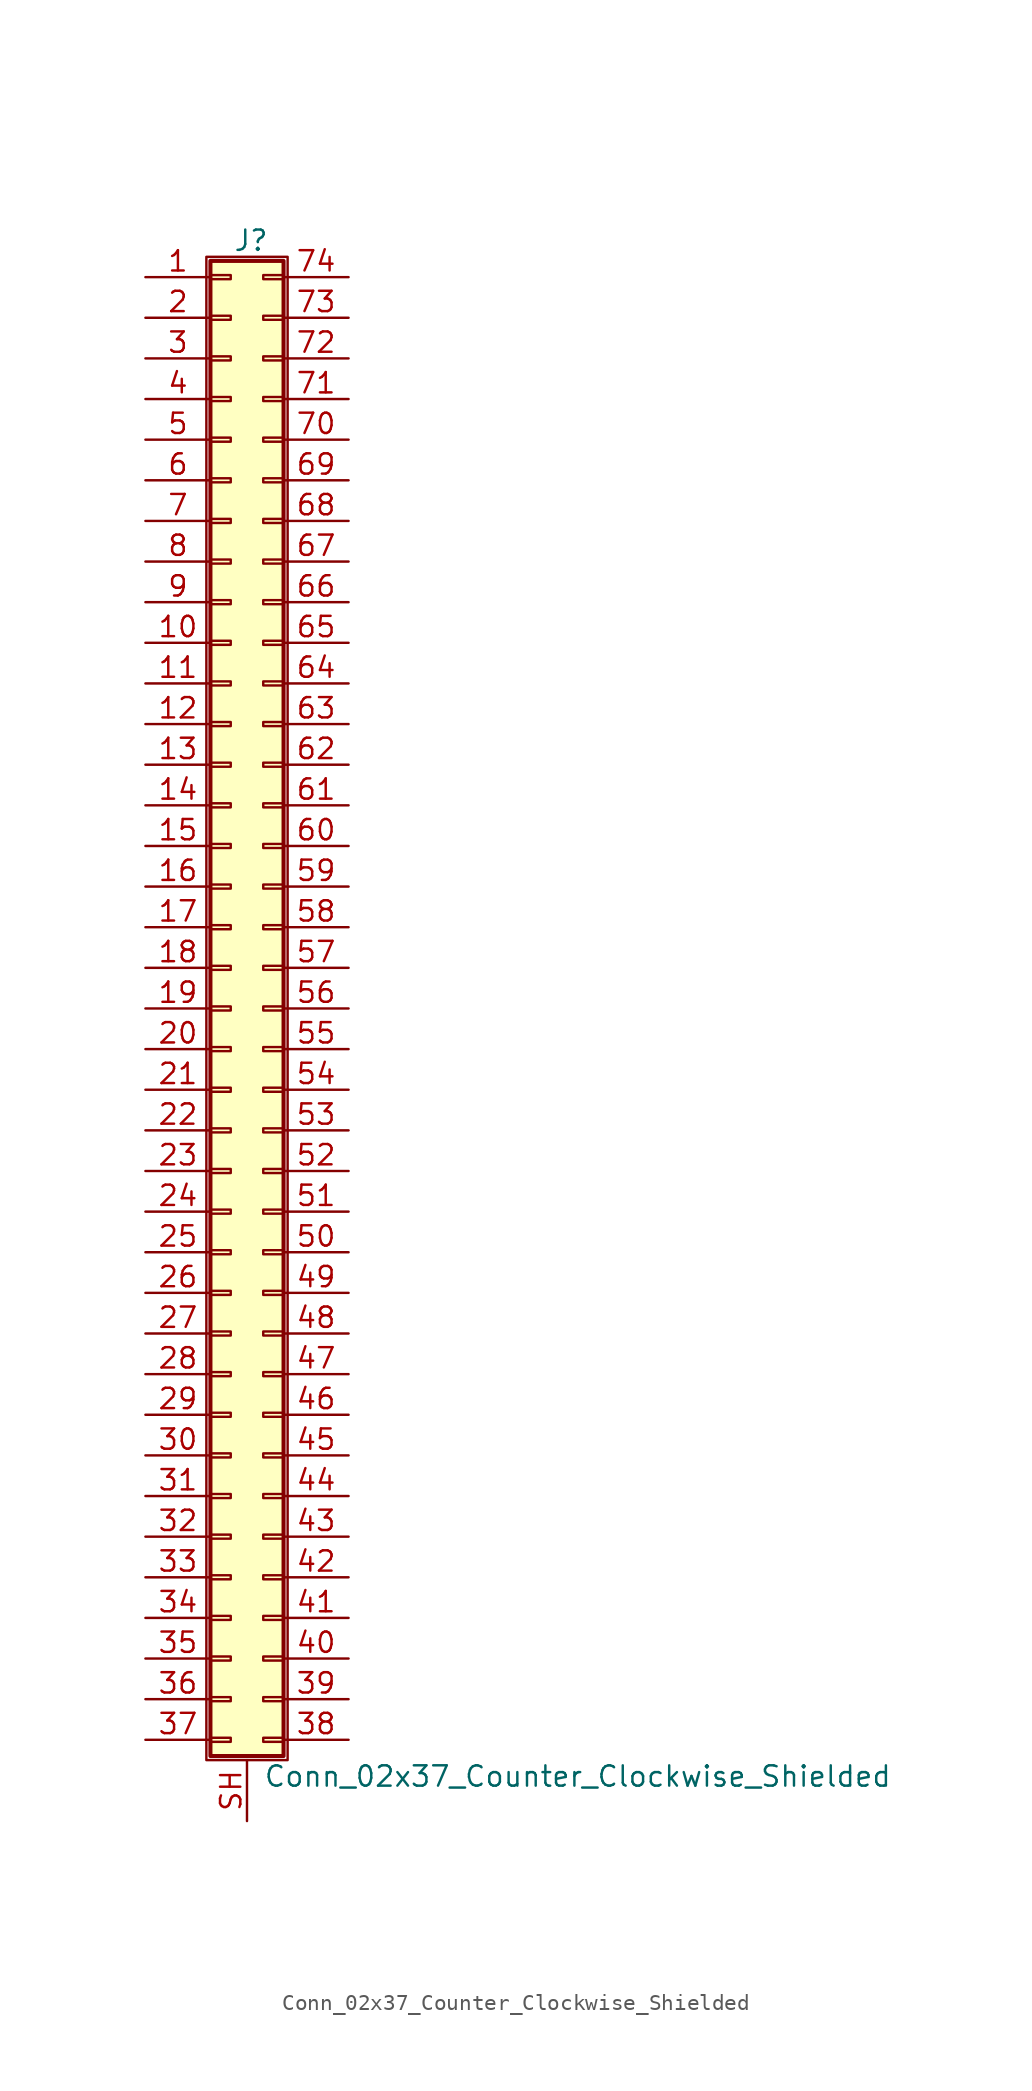
<source format=kicad_sym>
(kicad_symbol_lib
  (version 20211014)
  (generator kicad_symbol_editor)
  (symbol "Conn_02x37_Counter_Clockwise_Shielded"
    (pin_names
      (offset 1.016) hide)
    (property "Reference" "J"
      (at 1.524 48.006 0)
      (effects (font (size 1.27 1.27))))
    (property "Value" "Conn_02x37_Counter_Clockwise_Shielded"
      (at 2.286 -48.006 0)
      (effects (font (size 1.27 1.27)) (justify left)))
    (symbol "Conn_02x37_Counter_Clockwise_Shielded_1_1"
      (rectangle (start -1.27 46.99) (end 3.81 -46.99) (stroke (width 0.152) (type default) (color 0 0 0 0)) (fill (type none)))
      (rectangle (start -1.016 -45.593) (end 0.254 -45.847) (stroke (width 0.152) (type default) (color 0 0 0 0)) (fill (type none)))
      (rectangle (start -1.016 -43.053) (end 0.254 -43.307) (stroke (width 0.152) (type default) (color 0 0 0 0)) (fill (type none)))
      (rectangle (start -1.016 -40.513) (end 0.254 -40.767) (stroke (width 0.152) (type default) (color 0 0 0 0)) (fill (type none)))
      (rectangle (start -1.016 -37.973) (end 0.254 -38.227) (stroke (width 0.152) (type default) (color 0 0 0 0)) (fill (type none)))
      (rectangle (start -1.016 -35.433) (end 0.254 -35.687) (stroke (width 0.152) (type default) (color 0 0 0 0)) (fill (type none)))
      (rectangle (start -1.016 -32.893) (end 0.254 -33.147) (stroke (width 0.152) (type default) (color 0 0 0 0)) (fill (type none)))
      (rectangle (start -1.016 -30.353) (end 0.254 -30.607) (stroke (width 0.152) (type default) (color 0 0 0 0)) (fill (type none)))
      (rectangle (start -1.016 -27.813) (end 0.254 -28.067) (stroke (width 0.152) (type default) (color 0 0 0 0)) (fill (type none)))
      (rectangle (start -1.016 -25.273) (end 0.254 -25.527) (stroke (width 0.152) (type default) (color 0 0 0 0)) (fill (type none)))
      (rectangle (start -1.016 -22.733) (end 0.254 -22.987) (stroke (width 0.152) (type default) (color 0 0 0 0)) (fill (type none)))
      (rectangle (start -1.016 -20.193) (end 0.254 -20.447) (stroke (width 0.152) (type default) (color 0 0 0 0)) (fill (type none)))
      (rectangle (start -1.016 -17.653) (end 0.254 -17.907) (stroke (width 0.152) (type default) (color 0 0 0 0)) (fill (type none)))
      (rectangle (start -1.016 -15.113) (end 0.254 -15.367) (stroke (width 0.152) (type default) (color 0 0 0 0)) (fill (type none)))
      (rectangle (start -1.016 -12.573) (end 0.254 -12.827) (stroke (width 0.152) (type default) (color 0 0 0 0)) (fill (type none)))
      (rectangle (start -1.016 -10.033) (end 0.254 -10.287) (stroke (width 0.152) (type default) (color 0 0 0 0)) (fill (type none)))
      (rectangle (start -1.016 -7.493) (end 0.254 -7.747) (stroke (width 0.152) (type default) (color 0 0 0 0)) (fill (type none)))
      (rectangle (start -1.016 -4.953) (end 0.254 -5.207) (stroke (width 0.152) (type default) (color 0 0 0 0)) (fill (type none)))
      (rectangle (start -1.016 -2.413) (end 0.254 -2.667) (stroke (width 0.152) (type default) (color 0 0 0 0)) (fill (type none)))
      (rectangle (start -1.016 0.127) (end 0.254 -0.127) (stroke (width 0.152) (type default) (color 0 0 0 0)) (fill (type none)))
      (rectangle (start -1.016 2.667) (end 0.254 2.413) (stroke (width 0.152) (type default) (color 0 0 0 0)) (fill (type none)))
      (rectangle (start -1.016 5.207) (end 0.254 4.953) (stroke (width 0.152) (type default) (color 0 0 0 0)) (fill (type none)))
      (rectangle (start -1.016 7.747) (end 0.254 7.493) (stroke (width 0.152) (type default) (color 0 0 0 0)) (fill (type none)))
      (rectangle (start -1.016 10.287) (end 0.254 10.033) (stroke (width 0.152) (type default) (color 0 0 0 0)) (fill (type none)))
      (rectangle (start -1.016 12.827) (end 0.254 12.573) (stroke (width 0.152) (type default) (color 0 0 0 0)) (fill (type none)))
      (rectangle (start -1.016 15.367) (end 0.254 15.113) (stroke (width 0.152) (type default) (color 0 0 0 0)) (fill (type none)))
      (rectangle (start -1.016 17.907) (end 0.254 17.653) (stroke (width 0.152) (type default) (color 0 0 0 0)) (fill (type none)))
      (rectangle (start -1.016 20.447) (end 0.254 20.193) (stroke (width 0.152) (type default) (color 0 0 0 0)) (fill (type none)))
      (rectangle (start -1.016 22.987) (end 0.254 22.733) (stroke (width 0.152) (type default) (color 0 0 0 0)) (fill (type none)))
      (rectangle (start -1.016 25.527) (end 0.254 25.273) (stroke (width 0.152) (type default) (color 0 0 0 0)) (fill (type none)))
      (rectangle (start -1.016 28.067) (end 0.254 27.813) (stroke (width 0.152) (type default) (color 0 0 0 0)) (fill (type none)))
      (rectangle (start -1.016 30.607) (end 0.254 30.353) (stroke (width 0.152) (type default) (color 0 0 0 0)) (fill (type none)))
      (rectangle (start -1.016 33.147) (end 0.254 32.893) (stroke (width 0.152) (type default) (color 0 0 0 0)) (fill (type none)))
      (rectangle (start -1.016 35.687) (end 0.254 35.433) (stroke (width 0.152) (type default) (color 0 0 0 0)) (fill (type none)))
      (rectangle (start -1.016 38.227) (end 0.254 37.973) (stroke (width 0.152) (type default) (color 0 0 0 0)) (fill (type none)))
      (rectangle (start -1.016 40.767) (end 0.254 40.513) (stroke (width 0.152) (type default) (color 0 0 0 0)) (fill (type none)))
      (rectangle (start -1.016 43.307) (end 0.254 43.053) (stroke (width 0.152) (type default) (color 0 0 0 0)) (fill (type none)))
      (rectangle (start -1.016 45.847) (end 0.254 45.593) (stroke (width 0.152) (type default) (color 0 0 0 0)) (fill (type none)))
      (rectangle (start -1.016 46.736) (end 3.556 -46.736) (stroke (width 0.254) (type default) (color 0 0 0 0)) (fill (type background)))
      (rectangle (start 3.556 -45.593) (end 2.286 -45.847) (stroke (width 0.152) (type default) (color 0 0 0 0)) (fill (type none)))
      (rectangle (start 3.556 -43.053) (end 2.286 -43.307) (stroke (width 0.152) (type default) (color 0 0 0 0)) (fill (type none)))
      (rectangle (start 3.556 -40.513) (end 2.286 -40.767) (stroke (width 0.152) (type default) (color 0 0 0 0)) (fill (type none)))
      (rectangle (start 3.556 -37.973) (end 2.286 -38.227) (stroke (width 0.152) (type default) (color 0 0 0 0)) (fill (type none)))
      (rectangle (start 3.556 -35.433) (end 2.286 -35.687) (stroke (width 0.152) (type default) (color 0 0 0 0)) (fill (type none)))
      (rectangle (start 3.556 -32.893) (end 2.286 -33.147) (stroke (width 0.152) (type default) (color 0 0 0 0)) (fill (type none)))
      (rectangle (start 3.556 -30.353) (end 2.286 -30.607) (stroke (width 0.152) (type default) (color 0 0 0 0)) (fill (type none)))
      (rectangle (start 3.556 -27.813) (end 2.286 -28.067) (stroke (width 0.152) (type default) (color 0 0 0 0)) (fill (type none)))
      (rectangle (start 3.556 -25.273) (end 2.286 -25.527) (stroke (width 0.152) (type default) (color 0 0 0 0)) (fill (type none)))
      (rectangle (start 3.556 -22.733) (end 2.286 -22.987) (stroke (width 0.152) (type default) (color 0 0 0 0)) (fill (type none)))
      (rectangle (start 3.556 -20.193) (end 2.286 -20.447) (stroke (width 0.152) (type default) (color 0 0 0 0)) (fill (type none)))
      (rectangle (start 3.556 -17.653) (end 2.286 -17.907) (stroke (width 0.152) (type default) (color 0 0 0 0)) (fill (type none)))
      (rectangle (start 3.556 -15.113) (end 2.286 -15.367) (stroke (width 0.152) (type default) (color 0 0 0 0)) (fill (type none)))
      (rectangle (start 3.556 -12.573) (end 2.286 -12.827) (stroke (width 0.152) (type default) (color 0 0 0 0)) (fill (type none)))
      (rectangle (start 3.556 -10.033) (end 2.286 -10.287) (stroke (width 0.152) (type default) (color 0 0 0 0)) (fill (type none)))
      (rectangle (start 3.556 -7.493) (end 2.286 -7.747) (stroke (width 0.152) (type default) (color 0 0 0 0)) (fill (type none)))
      (rectangle (start 3.556 -4.953) (end 2.286 -5.207) (stroke (width 0.152) (type default) (color 0 0 0 0)) (fill (type none)))
      (rectangle (start 3.556 -2.413) (end 2.286 -2.667) (stroke (width 0.152) (type default) (color 0 0 0 0)) (fill (type none)))
      (rectangle (start 3.556 0.127) (end 2.286 -0.127) (stroke (width 0.152) (type default) (color 0 0 0 0)) (fill (type none)))
      (rectangle (start 3.556 2.667) (end 2.286 2.413) (stroke (width 0.152) (type default) (color 0 0 0 0)) (fill (type none)))
      (rectangle (start 3.556 5.207) (end 2.286 4.953) (stroke (width 0.152) (type default) (color 0 0 0 0)) (fill (type none)))
      (rectangle (start 3.556 7.747) (end 2.286 7.493) (stroke (width 0.152) (type default) (color 0 0 0 0)) (fill (type none)))
      (rectangle (start 3.556 10.287) (end 2.286 10.033) (stroke (width 0.152) (type default) (color 0 0 0 0)) (fill (type none)))
      (rectangle (start 3.556 12.827) (end 2.286 12.573) (stroke (width 0.152) (type default) (color 0 0 0 0)) (fill (type none)))
      (rectangle (start 3.556 15.367) (end 2.286 15.113) (stroke (width 0.152) (type default) (color 0 0 0 0)) (fill (type none)))
      (rectangle (start 3.556 17.907) (end 2.286 17.653) (stroke (width 0.152) (type default) (color 0 0 0 0)) (fill (type none)))
      (rectangle (start 3.556 20.447) (end 2.286 20.193) (stroke (width 0.152) (type default) (color 0 0 0 0)) (fill (type none)))
      (rectangle (start 3.556 22.987) (end 2.286 22.733) (stroke (width 0.152) (type default) (color 0 0 0 0)) (fill (type none)))
      (rectangle (start 3.556 25.527) (end 2.286 25.273) (stroke (width 0.152) (type default) (color 0 0 0 0)) (fill (type none)))
      (rectangle (start 3.556 28.067) (end 2.286 27.813) (stroke (width 0.152) (type default) (color 0 0 0 0)) (fill (type none)))
      (rectangle (start 3.556 30.607) (end 2.286 30.353) (stroke (width 0.152) (type default) (color 0 0 0 0)) (fill (type none)))
      (rectangle (start 3.556 33.147) (end 2.286 32.893) (stroke (width 0.152) (type default) (color 0 0 0 0)) (fill (type none)))
      (rectangle (start 3.556 35.687) (end 2.286 35.433) (stroke (width 0.152) (type default) (color 0 0 0 0)) (fill (type none)))
      (rectangle (start 3.556 38.227) (end 2.286 37.973) (stroke (width 0.152) (type default) (color 0 0 0 0)) (fill (type none)))
      (rectangle (start 3.556 40.767) (end 2.286 40.513) (stroke (width 0.152) (type default) (color 0 0 0 0)) (fill (type none)))
      (rectangle (start 3.556 43.307) (end 2.286 43.053) (stroke (width 0.152) (type default) (color 0 0 0 0)) (fill (type none)))
      (rectangle (start 3.556 45.847) (end 2.286 45.593) (stroke (width 0.152) (type default) (color 0 0 0 0)) (fill (type none)))
      (pin passive line (at -5.08 45.72 0) (length 4.064) (name "Pin_1" (effects (font (size 1.27 1.27)))) (number "1" (effects (font (size 1.27 1.27)))))
      (pin passive line (at -5.08 22.86 0) (length 4.064) (name "Pin_10" (effects (font (size 1.27 1.27)))) (number "10" (effects (font (size 1.27 1.27)))))
      (pin passive line (at -5.08 20.32 0) (length 4.064) (name "Pin_11" (effects (font (size 1.27 1.27)))) (number "11" (effects (font (size 1.27 1.27)))))
      (pin passive line (at -5.08 17.78 0) (length 4.064) (name "Pin_12" (effects (font (size 1.27 1.27)))) (number "12" (effects (font (size 1.27 1.27)))))
      (pin passive line (at -5.08 15.24 0) (length 4.064) (name "Pin_13" (effects (font (size 1.27 1.27)))) (number "13" (effects (font (size 1.27 1.27)))))
      (pin passive line (at -5.08 12.7 0) (length 4.064) (name "Pin_14" (effects (font (size 1.27 1.27)))) (number "14" (effects (font (size 1.27 1.27)))))
      (pin passive line (at -5.08 10.16 0) (length 4.064) (name "Pin_15" (effects (font (size 1.27 1.27)))) (number "15" (effects (font (size 1.27 1.27)))))
      (pin passive line (at -5.08 7.62 0) (length 4.064) (name "Pin_16" (effects (font (size 1.27 1.27)))) (number "16" (effects (font (size 1.27 1.27)))))
      (pin passive line (at -5.08 5.08 0) (length 4.064) (name "Pin_17" (effects (font (size 1.27 1.27)))) (number "17" (effects (font (size 1.27 1.27)))))
      (pin passive line (at -5.08 2.54 0) (length 4.064) (name "Pin_18" (effects (font (size 1.27 1.27)))) (number "18" (effects (font (size 1.27 1.27)))))
      (pin passive line (at -5.08 0 0) (length 4.064) (name "Pin_19" (effects (font (size 1.27 1.27)))) (number "19" (effects (font (size 1.27 1.27)))))
      (pin passive line (at -5.08 43.18 0) (length 4.064) (name "Pin_2" (effects (font (size 1.27 1.27)))) (number "2" (effects (font (size 1.27 1.27)))))
      (pin passive line (at -5.08 -2.54 0) (length 4.064) (name "Pin_20" (effects (font (size 1.27 1.27)))) (number "20" (effects (font (size 1.27 1.27)))))
      (pin passive line (at -5.08 -5.08 0) (length 4.064) (name "Pin_21" (effects (font (size 1.27 1.27)))) (number "21" (effects (font (size 1.27 1.27)))))
      (pin passive line (at -5.08 -7.62 0) (length 4.064) (name "Pin_22" (effects (font (size 1.27 1.27)))) (number "22" (effects (font (size 1.27 1.27)))))
      (pin passive line (at -5.08 -10.16 0) (length 4.064) (name "Pin_23" (effects (font (size 1.27 1.27)))) (number "23" (effects (font (size 1.27 1.27)))))
      (pin passive line (at -5.08 -12.7 0) (length 4.064) (name "Pin_24" (effects (font (size 1.27 1.27)))) (number "24" (effects (font (size 1.27 1.27)))))
      (pin passive line (at -5.08 -15.24 0) (length 4.064) (name "Pin_25" (effects (font (size 1.27 1.27)))) (number "25" (effects (font (size 1.27 1.27)))))
      (pin passive line (at -5.08 -17.78 0) (length 4.064) (name "Pin_26" (effects (font (size 1.27 1.27)))) (number "26" (effects (font (size 1.27 1.27)))))
      (pin passive line (at -5.08 -20.32 0) (length 4.064) (name "Pin_27" (effects (font (size 1.27 1.27)))) (number "27" (effects (font (size 1.27 1.27)))))
      (pin passive line (at -5.08 -22.86 0) (length 4.064) (name "Pin_28" (effects (font (size 1.27 1.27)))) (number "28" (effects (font (size 1.27 1.27)))))
      (pin passive line (at -5.08 -25.4 0) (length 4.064) (name "Pin_29" (effects (font (size 1.27 1.27)))) (number "29" (effects (font (size 1.27 1.27)))))
      (pin passive line (at -5.08 40.64 0) (length 4.064) (name "Pin_3" (effects (font (size 1.27 1.27)))) (number "3" (effects (font (size 1.27 1.27)))))
      (pin passive line (at -5.08 -27.94 0) (length 4.064) (name "Pin_30" (effects (font (size 1.27 1.27)))) (number "30" (effects (font (size 1.27 1.27)))))
      (pin passive line (at -5.08 -30.48 0) (length 4.064) (name "Pin_31" (effects (font (size 1.27 1.27)))) (number "31" (effects (font (size 1.27 1.27)))))
      (pin passive line (at -5.08 -33.02 0) (length 4.064) (name "Pin_32" (effects (font (size 1.27 1.27)))) (number "32" (effects (font (size 1.27 1.27)))))
      (pin passive line (at -5.08 -35.56 0) (length 4.064) (name "Pin_33" (effects (font (size 1.27 1.27)))) (number "33" (effects (font (size 1.27 1.27)))))
      (pin passive line (at -5.08 -38.1 0) (length 4.064) (name "Pin_34" (effects (font (size 1.27 1.27)))) (number "34" (effects (font (size 1.27 1.27)))))
      (pin passive line (at -5.08 -40.64 0) (length 4.064) (name "Pin_35" (effects (font (size 1.27 1.27)))) (number "35" (effects (font (size 1.27 1.27)))))
      (pin passive line (at -5.08 -43.18 0) (length 4.064) (name "Pin_36" (effects (font (size 1.27 1.27)))) (number "36" (effects (font (size 1.27 1.27)))))
      (pin passive line (at -5.08 -45.72 0) (length 4.064) (name "Pin_37" (effects (font (size 1.27 1.27)))) (number "37" (effects (font (size 1.27 1.27)))))
      (pin passive line (at 7.62 -45.72 180) (length 4.064) (name "Pin_38" (effects (font (size 1.27 1.27)))) (number "38" (effects (font (size 1.27 1.27)))))
      (pin passive line (at 7.62 -43.18 180) (length 4.064) (name "Pin_39" (effects (font (size 1.27 1.27)))) (number "39" (effects (font (size 1.27 1.27)))))
      (pin passive line (at -5.08 38.1 0) (length 4.064) (name "Pin_4" (effects (font (size 1.27 1.27)))) (number "4" (effects (font (size 1.27 1.27)))))
      (pin passive line (at 7.62 -40.64 180) (length 4.064) (name "Pin_40" (effects (font (size 1.27 1.27)))) (number "40" (effects (font (size 1.27 1.27)))))
      (pin passive line (at 7.62 -38.1 180) (length 4.064) (name "Pin_41" (effects (font (size 1.27 1.27)))) (number "41" (effects (font (size 1.27 1.27)))))
      (pin passive line (at 7.62 -35.56 180) (length 4.064) (name "Pin_42" (effects (font (size 1.27 1.27)))) (number "42" (effects (font (size 1.27 1.27)))))
      (pin passive line (at 7.62 -33.02 180) (length 4.064) (name "Pin_43" (effects (font (size 1.27 1.27)))) (number "43" (effects (font (size 1.27 1.27)))))
      (pin passive line (at 7.62 -30.48 180) (length 4.064) (name "Pin_44" (effects (font (size 1.27 1.27)))) (number "44" (effects (font (size 1.27 1.27)))))
      (pin passive line (at 7.62 -27.94 180) (length 4.064) (name "Pin_45" (effects (font (size 1.27 1.27)))) (number "45" (effects (font (size 1.27 1.27)))))
      (pin passive line (at 7.62 -25.4 180) (length 4.064) (name "Pin_46" (effects (font (size 1.27 1.27)))) (number "46" (effects (font (size 1.27 1.27)))))
      (pin passive line (at 7.62 -22.86 180) (length 4.064) (name "Pin_47" (effects (font (size 1.27 1.27)))) (number "47" (effects (font (size 1.27 1.27)))))
      (pin passive line (at 7.62 -20.32 180) (length 4.064) (name "Pin_48" (effects (font (size 1.27 1.27)))) (number "48" (effects (font (size 1.27 1.27)))))
      (pin passive line (at 7.62 -17.78 180) (length 4.064) (name "Pin_49" (effects (font (size 1.27 1.27)))) (number "49" (effects (font (size 1.27 1.27)))))
      (pin passive line (at -5.08 35.56 0) (length 4.064) (name "Pin_5" (effects (font (size 1.27 1.27)))) (number "5" (effects (font (size 1.27 1.27)))))
      (pin passive line (at 7.62 -15.24 180) (length 4.064) (name "Pin_50" (effects (font (size 1.27 1.27)))) (number "50" (effects (font (size 1.27 1.27)))))
      (pin passive line (at 7.62 -12.7 180) (length 4.064) (name "Pin_51" (effects (font (size 1.27 1.27)))) (number "51" (effects (font (size 1.27 1.27)))))
      (pin passive line (at 7.62 -10.16 180) (length 4.064) (name "Pin_52" (effects (font (size 1.27 1.27)))) (number "52" (effects (font (size 1.27 1.27)))))
      (pin passive line (at 7.62 -7.62 180) (length 4.064) (name "Pin_53" (effects (font (size 1.27 1.27)))) (number "53" (effects (font (size 1.27 1.27)))))
      (pin passive line (at 7.62 -5.08 180) (length 4.064) (name "Pin_54" (effects (font (size 1.27 1.27)))) (number "54" (effects (font (size 1.27 1.27)))))
      (pin passive line (at 7.62 -2.54 180) (length 4.064) (name "Pin_55" (effects (font (size 1.27 1.27)))) (number "55" (effects (font (size 1.27 1.27)))))
      (pin passive line (at 7.62 0 180) (length 4.064) (name "Pin_56" (effects (font (size 1.27 1.27)))) (number "56" (effects (font (size 1.27 1.27)))))
      (pin passive line (at 7.62 2.54 180) (length 4.064) (name "Pin_57" (effects (font (size 1.27 1.27)))) (number "57" (effects (font (size 1.27 1.27)))))
      (pin passive line (at 7.62 5.08 180) (length 4.064) (name "Pin_58" (effects (font (size 1.27 1.27)))) (number "58" (effects (font (size 1.27 1.27)))))
      (pin passive line (at 7.62 7.62 180) (length 4.064) (name "Pin_59" (effects (font (size 1.27 1.27)))) (number "59" (effects (font (size 1.27 1.27)))))
      (pin passive line (at -5.08 33.02 0) (length 4.064) (name "Pin_6" (effects (font (size 1.27 1.27)))) (number "6" (effects (font (size 1.27 1.27)))))
      (pin passive line (at 7.62 10.16 180) (length 4.064) (name "Pin_60" (effects (font (size 1.27 1.27)))) (number "60" (effects (font (size 1.27 1.27)))))
      (pin passive line (at 7.62 12.7 180) (length 4.064) (name "Pin_61" (effects (font (size 1.27 1.27)))) (number "61" (effects (font (size 1.27 1.27)))))
      (pin passive line (at 7.62 15.24 180) (length 4.064) (name "Pin_62" (effects (font (size 1.27 1.27)))) (number "62" (effects (font (size 1.27 1.27)))))
      (pin passive line (at 7.62 17.78 180) (length 4.064) (name "Pin_63" (effects (font (size 1.27 1.27)))) (number "63" (effects (font (size 1.27 1.27)))))
      (pin passive line (at 7.62 20.32 180) (length 4.064) (name "Pin_64" (effects (font (size 1.27 1.27)))) (number "64" (effects (font (size 1.27 1.27)))))
      (pin passive line (at 7.62 22.86 180) (length 4.064) (name "Pin_65" (effects (font (size 1.27 1.27)))) (number "65" (effects (font (size 1.27 1.27)))))
      (pin passive line (at 7.62 25.4 180) (length 4.064) (name "Pin_66" (effects (font (size 1.27 1.27)))) (number "66" (effects (font (size 1.27 1.27)))))
      (pin passive line (at 7.62 27.94 180) (length 4.064) (name "Pin_67" (effects (font (size 1.27 1.27)))) (number "67" (effects (font (size 1.27 1.27)))))
      (pin passive line (at 7.62 30.48 180) (length 4.064) (name "Pin_68" (effects (font (size 1.27 1.27)))) (number "68" (effects (font (size 1.27 1.27)))))
      (pin passive line (at 7.62 33.02 180) (length 4.064) (name "Pin_69" (effects (font (size 1.27 1.27)))) (number "69" (effects (font (size 1.27 1.27)))))
      (pin passive line (at -5.08 30.48 0) (length 4.064) (name "Pin_7" (effects (font (size 1.27 1.27)))) (number "7" (effects (font (size 1.27 1.27)))))
      (pin passive line (at 7.62 35.56 180) (length 4.064) (name "Pin_70" (effects (font (size 1.27 1.27)))) (number "70" (effects (font (size 1.27 1.27)))))
      (pin passive line (at 7.62 38.1 180) (length 4.064) (name "Pin_71" (effects (font (size 1.27 1.27)))) (number "71" (effects (font (size 1.27 1.27)))))
      (pin passive line (at 7.62 40.64 180) (length 4.064) (name "Pin_72" (effects (font (size 1.27 1.27)))) (number "72" (effects (font (size 1.27 1.27)))))
      (pin passive line (at 7.62 43.18 180) (length 4.064) (name "Pin_73" (effects (font (size 1.27 1.27)))) (number "73" (effects (font (size 1.27 1.27)))))
      (pin passive line (at 7.62 45.72 180) (length 4.064) (name "Pin_74" (effects (font (size 1.27 1.27)))) (number "74" (effects (font (size 1.27 1.27)))))
      (pin passive line (at -5.08 27.94 0) (length 4.064) (name "Pin_8" (effects (font (size 1.27 1.27)))) (number "8" (effects (font (size 1.27 1.27)))))
      (pin passive line (at -5.08 25.4 0) (length 4.064) (name "Pin_9" (effects (font (size 1.27 1.27)))) (number "9" (effects (font (size 1.27 1.27)))))
      (pin passive line (at 1.27 -50.8 90) (length 3.81) (name "Shield" (effects (font (size 1.27 1.27)))) (number "SH" (effects (font (size 1.27 1.27))))))))
</source>
